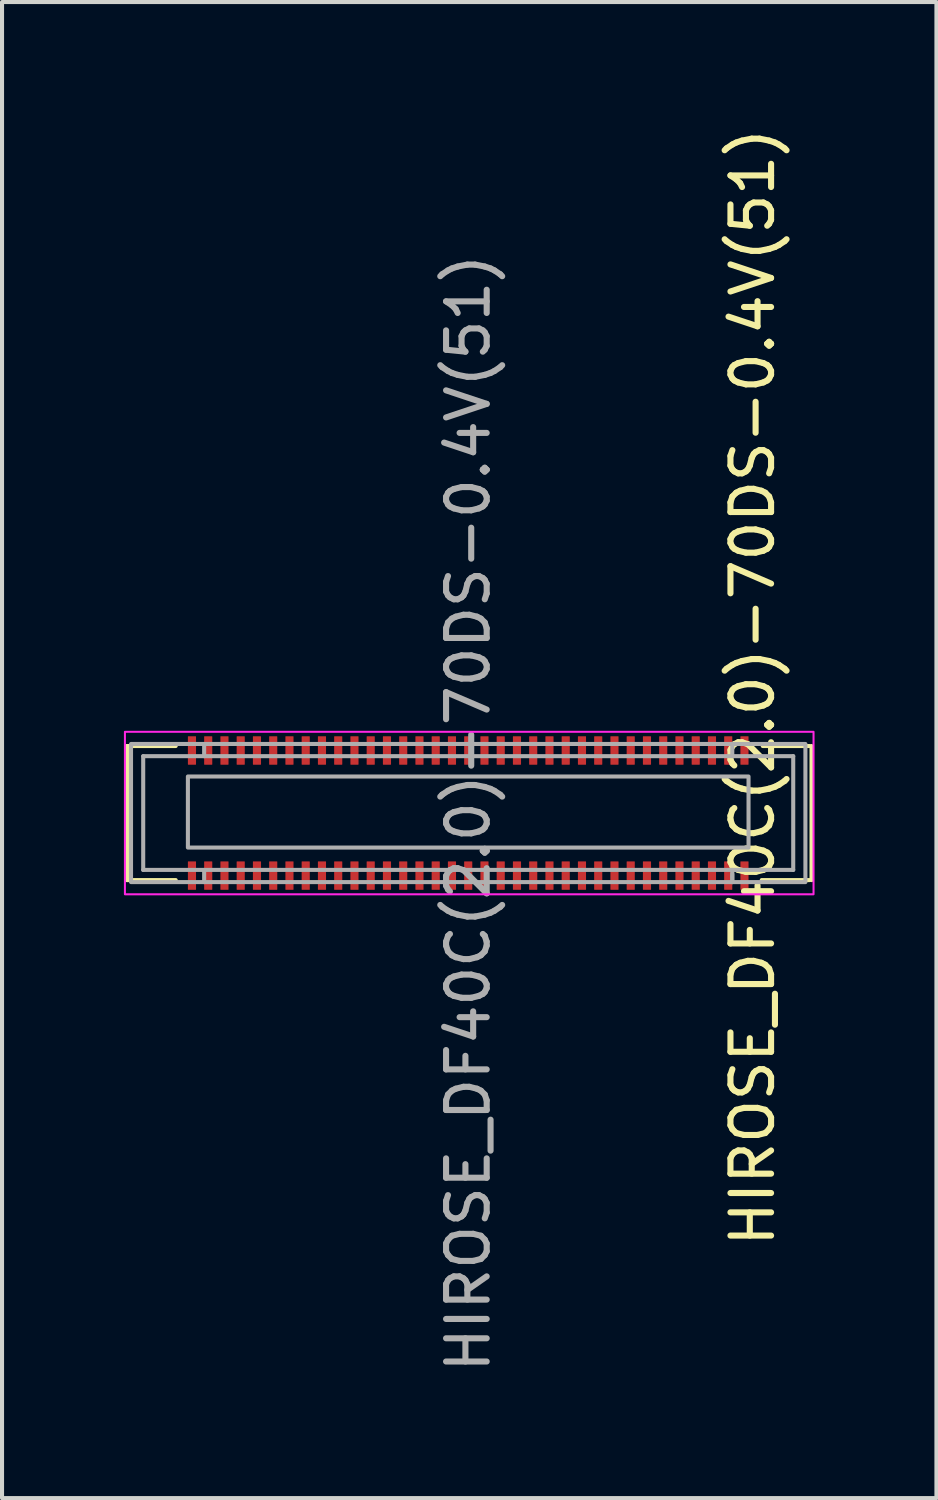
<source format=kicad_pcb>
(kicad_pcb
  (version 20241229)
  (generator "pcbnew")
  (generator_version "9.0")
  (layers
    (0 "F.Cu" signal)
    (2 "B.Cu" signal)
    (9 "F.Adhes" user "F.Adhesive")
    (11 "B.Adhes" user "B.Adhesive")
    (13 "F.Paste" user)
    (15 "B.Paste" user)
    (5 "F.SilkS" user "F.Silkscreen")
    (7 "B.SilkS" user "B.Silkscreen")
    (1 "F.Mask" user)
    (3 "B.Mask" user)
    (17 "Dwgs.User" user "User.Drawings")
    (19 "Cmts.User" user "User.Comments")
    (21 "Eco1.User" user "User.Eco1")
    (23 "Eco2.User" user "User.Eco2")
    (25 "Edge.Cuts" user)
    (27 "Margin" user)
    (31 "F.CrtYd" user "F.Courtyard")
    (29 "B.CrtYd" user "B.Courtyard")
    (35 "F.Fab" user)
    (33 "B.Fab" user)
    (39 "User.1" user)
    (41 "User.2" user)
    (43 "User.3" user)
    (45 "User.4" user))
  (footprint "HIROSE_DF40C(2.0)-70DS-0.4V(51)"
    (layer "F.Cu")
    (at 8.475 16.963)
    (property "Reference" "HIROSE_DF40C(2.0)-70DS-0.4V(51)" (at 7 -3.1 90) (unlocked yes) (layer "F.SilkS") (effects (font (size 1 1) (thickness 0.15))))
    (attr smd)
    (fp_rect (start -6.9 1.19) (end -6.7 1.89) (stroke (width 0) (type solid)) (fill yes) (layer "F.Mask"))
    (fp_rect (start -6.7 -1.19) (end -6.9 -1.89) (stroke (width 0) (type solid)) (fill yes) (layer "F.Mask"))
    (fp_rect (start -6.5 1.19) (end -6.3 1.89) (stroke (width 0) (type solid)) (fill yes) (layer "F.Mask"))
    (fp_rect (start -6.3 -1.19) (end -6.5 -1.89) (stroke (width 0) (type solid)) (fill yes) (layer "F.Mask"))
    (fp_rect (start -6.1 1.19) (end -5.9 1.89) (stroke (width 0) (type solid)) (fill yes) (layer "F.Mask"))
    (fp_rect (start -5.9 -1.19) (end -6.1 -1.89) (stroke (width 0) (type solid)) (fill yes) (layer "F.Mask"))
    (fp_rect (start -5.7 1.19) (end -5.5 1.89) (stroke (width 0) (type solid)) (fill yes) (layer "F.Mask"))
    (fp_rect (start -5.5 -1.19) (end -5.7 -1.89) (stroke (width 0) (type solid)) (fill yes) (layer "F.Mask"))
    (fp_rect (start -5.3 1.19) (end -5.1 1.89) (stroke (width 0) (type solid)) (fill yes) (layer "F.Mask"))
    (fp_rect (start -5.1 -1.19) (end -5.3 -1.89) (stroke (width 0) (type solid)) (fill yes) (layer "F.Mask"))
    (fp_rect (start -4.9 1.19) (end -4.7 1.89) (stroke (width 0) (type solid)) (fill yes) (layer "F.Mask"))
    (fp_rect (start -4.7 -1.19) (end -4.9 -1.89) (stroke (width 0) (type solid)) (fill yes) (layer "F.Mask"))
    (fp_rect (start -4.5 1.19) (end -4.3 1.89) (stroke (width 0) (type solid)) (fill yes) (layer "F.Mask"))
    (fp_rect (start -4.3 -1.19) (end -4.5 -1.89) (stroke (width 0) (type solid)) (fill yes) (layer "F.Mask"))
    (fp_rect (start -4.1 1.19) (end -3.9 1.89) (stroke (width 0) (type solid)) (fill yes) (layer "F.Mask"))
    (fp_rect (start -3.9 -1.19) (end -4.1 -1.89) (stroke (width 0) (type solid)) (fill yes) (layer "F.Mask"))
    (fp_rect (start -3.7 1.19) (end -3.5 1.89) (stroke (width 0) (type solid)) (fill yes) (layer "F.Mask"))
    (fp_rect (start -3.5 -1.19) (end -3.7 -1.89) (stroke (width 0) (type solid)) (fill yes) (layer "F.Mask"))
    (fp_rect (start -3.3 1.19) (end -3.1 1.89) (stroke (width 0) (type solid)) (fill yes) (layer "F.Mask"))
    (fp_rect (start -3.1 -1.19) (end -3.3 -1.89) (stroke (width 0) (type solid)) (fill yes) (layer "F.Mask"))
    (fp_rect (start -2.9 1.19) (end -2.7 1.89) (stroke (width 0) (type solid)) (fill yes) (layer "F.Mask"))
    (fp_rect (start -2.7 -1.19) (end -2.9 -1.89) (stroke (width 0) (type solid)) (fill yes) (layer "F.Mask"))
    (fp_rect (start -2.5 1.19) (end -2.3 1.89) (stroke (width 0) (type solid)) (fill yes) (layer "F.Mask"))
    (fp_rect (start -2.3 -1.19) (end -2.5 -1.89) (stroke (width 0) (type solid)) (fill yes) (layer "F.Mask"))
    (fp_rect (start -2.1 1.19) (end -1.9 1.89) (stroke (width 0) (type solid)) (fill yes) (layer "F.Mask"))
    (fp_rect (start -1.9 -1.19) (end -2.1 -1.89) (stroke (width 0) (type solid)) (fill yes) (layer "F.Mask"))
    (fp_rect (start -1.7 1.19) (end -1.5 1.89) (stroke (width 0) (type solid)) (fill yes) (layer "F.Mask"))
    (fp_rect (start -1.5 -1.19) (end -1.7 -1.89) (stroke (width 0) (type solid)) (fill yes) (layer "F.Mask"))
    (fp_rect (start -1.3 1.19) (end -1.1 1.89) (stroke (width 0) (type solid)) (fill yes) (layer "F.Mask"))
    (fp_rect (start -1.1 -1.19) (end -1.3 -1.89) (stroke (width 0) (type solid)) (fill yes) (layer "F.Mask"))
    (fp_rect (start -0.9 1.19) (end -0.7 1.89) (stroke (width 0) (type solid)) (fill yes) (layer "F.Mask"))
    (fp_rect (start -0.7 -1.19) (end -0.9 -1.89) (stroke (width 0) (type solid)) (fill yes) (layer "F.Mask"))
    (fp_rect (start -0.5 1.19) (end -0.3 1.89) (stroke (width 0) (type solid)) (fill yes) (layer "F.Mask"))
    (fp_rect (start -0.3 -1.19) (end -0.5 -1.89) (stroke (width 0) (type solid)) (fill yes) (layer "F.Mask"))
    (fp_rect (start -0.1 1.19) (end 0.1 1.89) (stroke (width 0) (type solid)) (fill yes) (layer "F.Mask"))
    (fp_rect (start 0.1 -1.19) (end -0.1 -1.89) (stroke (width 0) (type solid)) (fill yes) (layer "F.Mask"))
    (fp_rect (start 0.3 1.19) (end 0.5 1.89) (stroke (width 0) (type solid)) (fill yes) (layer "F.Mask"))
    (fp_rect (start 0.5 -1.19) (end 0.3 -1.89) (stroke (width 0) (type solid)) (fill yes) (layer "F.Mask"))
    (fp_rect (start 0.7 1.19) (end 0.9 1.89) (stroke (width 0) (type solid)) (fill yes) (layer "F.Mask"))
    (fp_rect (start 0.9 -1.19) (end 0.7 -1.89) (stroke (width 0) (type solid)) (fill yes) (layer "F.Mask"))
    (fp_rect (start 1.1 1.19) (end 1.3 1.89) (stroke (width 0) (type solid)) (fill yes) (layer "F.Mask"))
    (fp_rect (start 1.3 -1.19) (end 1.1 -1.89) (stroke (width 0) (type solid)) (fill yes) (layer "F.Mask"))
    (fp_rect (start 1.5 1.19) (end 1.7 1.89) (stroke (width 0) (type solid)) (fill yes) (layer "F.Mask"))
    (fp_rect (start 1.7 -1.19) (end 1.5 -1.89) (stroke (width 0) (type solid)) (fill yes) (layer "F.Mask"))
    (fp_rect (start 1.9 1.19) (end 2.1 1.89) (stroke (width 0) (type solid)) (fill yes) (layer "F.Mask"))
    (fp_rect (start 2.1 -1.19) (end 1.9 -1.89) (stroke (width 0) (type solid)) (fill yes) (layer "F.Mask"))
    (fp_rect (start 2.3 1.19) (end 2.5 1.89) (stroke (width 0) (type solid)) (fill yes) (layer "F.Mask"))
    (fp_rect (start 2.5 -1.19) (end 2.3 -1.89) (stroke (width 0) (type solid)) (fill yes) (layer "F.Mask"))
    (fp_rect (start 2.7 1.19) (end 2.9 1.89) (stroke (width 0) (type solid)) (fill yes) (layer "F.Mask"))
    (fp_rect (start 2.9 -1.19) (end 2.7 -1.89) (stroke (width 0) (type solid)) (fill yes) (layer "F.Mask"))
    (fp_rect (start 3.1 1.19) (end 3.3 1.89) (stroke (width 0) (type solid)) (fill yes) (layer "F.Mask"))
    (fp_rect (start 3.3 -1.19) (end 3.1 -1.89) (stroke (width 0) (type solid)) (fill yes) (layer "F.Mask"))
    (fp_rect (start 3.5 1.19) (end 3.7 1.89) (stroke (width 0) (type solid)) (fill yes) (layer "F.Mask"))
    (fp_rect (start 3.7 -1.19) (end 3.5 -1.89) (stroke (width 0) (type solid)) (fill yes) (layer "F.Mask"))
    (fp_rect (start 3.9 1.19) (end 4.1 1.89) (stroke (width 0) (type solid)) (fill yes) (layer "F.Mask"))
    (fp_rect (start 4.1 -1.19) (end 3.9 -1.89) (stroke (width 0) (type solid)) (fill yes) (layer "F.Mask"))
    (fp_rect (start 4.3 1.19) (end 4.5 1.89) (stroke (width 0) (type solid)) (fill yes) (layer "F.Mask"))
    (fp_rect (start 4.5 -1.19) (end 4.3 -1.89) (stroke (width 0) (type solid)) (fill yes) (layer "F.Mask"))
    (fp_rect (start 4.7 1.19) (end 4.9 1.89) (stroke (width 0) (type solid)) (fill yes) (layer "F.Mask"))
    (fp_rect (start 4.9 -1.19) (end 4.7 -1.89) (stroke (width 0) (type solid)) (fill yes) (layer "F.Mask"))
    (fp_rect (start 5.1 1.19) (end 5.3 1.89) (stroke (width 0) (type solid)) (fill yes) (layer "F.Mask"))
    (fp_rect (start 5.3 -1.19) (end 5.1 -1.89) (stroke (width 0) (type solid)) (fill yes) (layer "F.Mask"))
    (fp_rect (start 5.5 1.19) (end 5.7 1.89) (stroke (width 0) (type solid)) (fill yes) (layer "F.Mask"))
    (fp_rect (start 5.7 -1.19) (end 5.5 -1.89) (stroke (width 0) (type solid)) (fill yes) (layer "F.Mask"))
    (fp_rect (start 5.9 1.19) (end 6.1 1.89) (stroke (width 0) (type solid)) (fill yes) (layer "F.Mask"))
    (fp_rect (start 6.1 -1.19) (end 5.9 -1.89) (stroke (width 0) (type solid)) (fill yes) (layer "F.Mask"))
    (fp_rect (start 6.3 1.19) (end 6.5 1.89) (stroke (width 0) (type solid)) (fill yes) (layer "F.Mask"))
    (fp_rect (start 6.5 -1.19) (end 6.3 -1.89) (stroke (width 0) (type solid)) (fill yes) (layer "F.Mask"))
    (fp_rect (start 6.9 -1.19) (end 6.7 -1.89) (stroke (width 0) (type solid)) (fill yes) (layer "F.Mask"))
    (fp_line (start -8.4 -1.65) (end -7.2 -1.65) (stroke (width 0.1) (type default)) (layer "F.SilkS"))
    (fp_line (start -8.4 1.65) (end -8.4 -1.65) (stroke (width 0.1) (type default)) (layer "F.SilkS"))
    (fp_line (start -7.2 1.65) (end -8.4 1.65) (stroke (width 0.1) (type default)) (layer "F.SilkS"))
    (fp_line (start 7.25 -1.65) (end 8.4 -1.65) (stroke (width 0.1) (type default)) (layer "F.SilkS"))
    (fp_line (start 8.4 1.65) (end 7.225 1.65) (stroke (width 0.1) (type default)) (layer "F.SilkS"))
    (fp_line (start 8.45 -1.65) (end 8.45 1.65) (stroke (width 0.1) (type default)) (layer "F.SilkS"))
    (fp_rect (start 8.5 -2) (end -8.45 2) (stroke (width 0.05) (type solid)) (fill no) (layer "F.CrtYd"))
    (fp_line (start -8 -1.4) (end -8 1.4) (stroke (width 0.1) (type default)) (layer "F.Fab"))
    (fp_line (start -8 1.4) (end 8 1.4) (stroke (width 0.1) (type default)) (layer "F.Fab"))
    (fp_line (start -6.5 -1.7) (end -6.5 -1.4) (stroke (width 0.1) (type default)) (layer "F.Fab"))
    (fp_line (start -6.5 1.7) (end -6.5 1.4) (stroke (width 0.1) (type default)) (layer "F.Fab"))
    (fp_line (start 6.5 -1.4) (end 6.5 -1.7) (stroke (width 0.1) (type default)) (layer "F.Fab"))
    (fp_line (start 6.5 1.5) (end 6.5 1.7) (stroke (width 0.1) (type default)) (layer "F.Fab"))
    (fp_line (start 6.5 1.7) (end 6.5 1.4) (stroke (width 0.1) (type default)) (layer "F.Fab"))
    (fp_line (start 8 -1.4) (end -8 -1.4) (stroke (width 0.1) (type default)) (layer "F.Fab"))
    (fp_line (start 8 -1.4) (end 8 1.4) (stroke (width 0.1) (type default)) (layer "F.Fab"))
    (fp_rect (start -8.3 -1.7) (end 8.3 1.7) (stroke (width 0.1) (type default)) (fill no) (layer "F.Fab"))
    (fp_rect (start -6.9 -0.9) (end 6.9 0.85) (stroke (width 0.1) (type default)) (fill no) (layer "F.Fab"))
    (fp_text user "${REFERENCE}" (at 0 0 90) (unlocked yes) (layer "F.Fab") (effects (font (size 1 1) (thickness 0.15))))
    (pad "1" smd roundrect (at 6.8 1.54 180) (size 0.2 0.7) (layers "F.Cu" "F.Mask" "F.Paste") (roundrect_rratio 0.05))
    (pad "2" smd roundrect (at 6.8 -1.54 180) (size 0.2 0.7) (layers "F.Cu" "F.Mask" "F.Paste") (roundrect_rratio 0.05))
    (pad "3" smd roundrect (at 6.4 1.54 180) (size 0.2 0.7) (layers "F.Cu" "F.Mask" "F.Paste") (roundrect_rratio 0.05))
    (pad "4" smd roundrect (at 6.4 -1.54 180) (size 0.2 0.7) (layers "F.Cu" "F.Mask" "F.Paste") (roundrect_rratio 0.05))
    (pad "5" smd roundrect (at 6 1.54 180) (size 0.2 0.7) (layers "F.Cu" "F.Mask" "F.Paste") (roundrect_rratio 0.05))
    (pad "6" smd roundrect (at 6 -1.54 180) (size 0.2 0.7) (layers "F.Cu" "F.Mask" "F.Paste") (roundrect_rratio 0.05))
    (pad "7" smd roundrect (at 5.6 1.54 180) (size 0.2 0.7) (layers "F.Cu" "F.Mask" "F.Paste") (roundrect_rratio 0.05))
    (pad "8" smd roundrect (at 5.6 -1.54 180) (size 0.2 0.7) (layers "F.Cu" "F.Mask" "F.Paste") (roundrect_rratio 0.05))
    (pad "9" smd roundrect (at 5.2 1.54 180) (size 0.2 0.7) (layers "F.Cu" "F.Mask" "F.Paste") (roundrect_rratio 0.05))
    (pad "10" smd roundrect (at 5.2 -1.54 180) (size 0.2 0.7) (layers "F.Cu" "F.Mask" "F.Paste") (roundrect_rratio 0.05))
    (pad "11" smd roundrect (at 4.8 1.54 180) (size 0.2 0.7) (layers "F.Cu" "F.Mask" "F.Paste") (roundrect_rratio 0.05))
    (pad "12" smd roundrect (at 4.8 -1.54 180) (size 0.2 0.7) (layers "F.Cu" "F.Mask" "F.Paste") (roundrect_rratio 0.05))
    (pad "13" smd roundrect (at 4.4 1.54 180) (size 0.2 0.7) (layers "F.Cu" "F.Mask" "F.Paste") (roundrect_rratio 0.05))
    (pad "14" smd roundrect (at 4.4 -1.54 180) (size 0.2 0.7) (layers "F.Cu" "F.Mask" "F.Paste") (roundrect_rratio 0.05))
    (pad "15" smd roundrect (at 4 1.54 180) (size 0.2 0.7) (layers "F.Cu" "F.Mask" "F.Paste") (roundrect_rratio 0.05))
    (pad "16" smd roundrect (at 4 -1.54 180) (size 0.2 0.7) (layers "F.Cu" "F.Mask" "F.Paste") (roundrect_rratio 0.05))
    (pad "17" smd roundrect (at 3.6 1.54 180) (size 0.2 0.7) (layers "F.Cu" "F.Mask" "F.Paste") (roundrect_rratio 0.05))
    (pad "18" smd roundrect (at 3.6 -1.54 180) (size 0.2 0.7) (layers "F.Cu" "F.Mask" "F.Paste") (roundrect_rratio 0.05))
    (pad "19" smd roundrect (at 3.2 1.54 180) (size 0.2 0.7) (layers "F.Cu" "F.Mask" "F.Paste") (roundrect_rratio 0.05))
    (pad "20" smd roundrect (at 3.2 -1.54 180) (size 0.2 0.7) (layers "F.Cu" "F.Mask" "F.Paste") (roundrect_rratio 0.05))
    (pad "21" smd roundrect (at 2.8 1.54 180) (size 0.2 0.7) (layers "F.Cu" "F.Mask" "F.Paste") (roundrect_rratio 0.05))
    (pad "22" smd roundrect (at 2.8 -1.54 180) (size 0.2 0.7) (layers "F.Cu" "F.Mask" "F.Paste") (roundrect_rratio 0.05))
    (pad "23" smd roundrect (at 2.4 1.54 180) (size 0.2 0.7) (layers "F.Cu" "F.Mask" "F.Paste") (roundrect_rratio 0.05))
    (pad "24" smd roundrect (at 2.4 -1.54 180) (size 0.2 0.7) (layers "F.Cu" "F.Mask" "F.Paste") (roundrect_rratio 0.05))
    (pad "25" smd roundrect (at 2 1.54 180) (size 0.2 0.7) (layers "F.Cu" "F.Mask" "F.Paste") (roundrect_rratio 0.05))
    (pad "26" smd roundrect (at 2 -1.54 180) (size 0.2 0.7) (layers "F.Cu" "F.Mask" "F.Paste") (roundrect_rratio 0.05))
    (pad "27" smd roundrect (at 1.6 1.54 180) (size 0.2 0.7) (layers "F.Cu" "F.Mask" "F.Paste") (roundrect_rratio 0.05))
    (pad "28" smd roundrect (at 1.6 -1.54 180) (size 0.2 0.7) (layers "F.Cu" "F.Mask" "F.Paste") (roundrect_rratio 0.05))
    (pad "29" smd roundrect (at 1.2 1.54 180) (size 0.2 0.7) (layers "F.Cu" "F.Mask" "F.Paste") (roundrect_rratio 0.05))
    (pad "30" smd roundrect (at 1.2 -1.54 180) (size 0.2 0.7) (layers "F.Cu" "F.Mask" "F.Paste") (roundrect_rratio 0.05))
    (pad "31" smd roundrect (at 0.8 1.54 180) (size 0.2 0.7) (layers "F.Cu" "F.Mask" "F.Paste") (roundrect_rratio 0.05))
    (pad "32" smd roundrect (at 0.8 -1.54 180) (size 0.2 0.7) (layers "F.Cu" "F.Mask" "F.Paste") (roundrect_rratio 0.05))
    (pad "33" smd roundrect (at 0.4 1.54 180) (size 0.2 0.7) (layers "F.Cu" "F.Mask" "F.Paste") (roundrect_rratio 0.05))
    (pad "34" smd roundrect (at 0.4 -1.54 180) (size 0.2 0.7) (layers "F.Cu" "F.Mask" "F.Paste") (roundrect_rratio 0.05))
    (pad "35" smd roundrect (at 0 1.54 180) (size 0.2 0.7) (layers "F.Cu" "F.Mask" "F.Paste") (roundrect_rratio 0.05))
    (pad "36" smd roundrect (at 0 -1.54 180) (size 0.2 0.7) (layers "F.Cu" "F.Mask" "F.Paste") (roundrect_rratio 0.05))
    (pad "37" smd roundrect (at -0.4 1.54 180) (size 0.2 0.7) (layers "F.Cu" "F.Mask" "F.Paste") (roundrect_rratio 0.05))
    (pad "38" smd roundrect (at -0.4 -1.54 180) (size 0.2 0.7) (layers "F.Cu" "F.Mask" "F.Paste") (roundrect_rratio 0.05))
    (pad "39" smd roundrect (at -0.8 1.54 180) (size 0.2 0.7) (layers "F.Cu" "F.Mask" "F.Paste") (roundrect_rratio 0.05))
    (pad "40" smd roundrect (at -0.8 -1.54 180) (size 0.2 0.7) (layers "F.Cu" "F.Mask" "F.Paste") (roundrect_rratio 0.05))
    (pad "41" smd roundrect (at -1.2 1.54 180) (size 0.2 0.7) (layers "F.Cu" "F.Mask" "F.Paste") (roundrect_rratio 0.05))
    (pad "42" smd roundrect (at -1.2 -1.54 180) (size 0.2 0.7) (layers "F.Cu" "F.Mask" "F.Paste") (roundrect_rratio 0.05))
    (pad "43" smd roundrect (at -1.6 1.54 180) (size 0.2 0.7) (layers "F.Cu" "F.Mask" "F.Paste") (roundrect_rratio 0.05))
    (pad "44" smd roundrect (at -1.6 -1.54 180) (size 0.2 0.7) (layers "F.Cu" "F.Mask" "F.Paste") (roundrect_rratio 0.05))
    (pad "45" smd roundrect (at -2 1.54 180) (size 0.2 0.7) (layers "F.Cu" "F.Mask" "F.Paste") (roundrect_rratio 0.05))
    (pad "46" smd roundrect (at -2 -1.54 180) (size 0.2 0.7) (layers "F.Cu" "F.Mask" "F.Paste") (roundrect_rratio 0.05))
    (pad "47" smd roundrect (at -2.4 1.54 180) (size 0.2 0.7) (layers "F.Cu" "F.Mask" "F.Paste") (roundrect_rratio 0.05))
    (pad "48" smd roundrect (at -2.4 -1.54 180) (size 0.2 0.7) (layers "F.Cu" "F.Mask" "F.Paste") (roundrect_rratio 0.05))
    (pad "49" smd roundrect (at -2.8 1.54 180) (size 0.2 0.7) (layers "F.Cu" "F.Mask" "F.Paste") (roundrect_rratio 0.05))
    (pad "50" smd roundrect (at -2.8 -1.54 180) (size 0.2 0.7) (layers "F.Cu" "F.Mask" "F.Paste") (roundrect_rratio 0.05))
    (pad "51" smd roundrect (at -3.2 1.54 180) (size 0.2 0.7) (layers "F.Cu" "F.Mask" "F.Paste") (roundrect_rratio 0.05))
    (pad "52" smd roundrect (at -3.2 -1.54 180) (size 0.2 0.7) (layers "F.Cu" "F.Mask" "F.Paste") (roundrect_rratio 0.05))
    (pad "53" smd roundrect (at -3.6 1.54 180) (size 0.2 0.7) (layers "F.Cu" "F.Mask" "F.Paste") (roundrect_rratio 0.05))
    (pad "54" smd roundrect (at -3.6 -1.54 180) (size 0.2 0.7) (layers "F.Cu" "F.Mask" "F.Paste") (roundrect_rratio 0.05))
    (pad "55" smd roundrect (at -4 1.54 180) (size 0.2 0.7) (layers "F.Cu" "F.Mask" "F.Paste") (roundrect_rratio 0.05))
    (pad "56" smd roundrect (at -4 -1.54 180) (size 0.2 0.7) (layers "F.Cu" "F.Mask" "F.Paste") (roundrect_rratio 0.05))
    (pad "57" smd roundrect (at -4.4 1.54 180) (size 0.2 0.7) (layers "F.Cu" "F.Mask" "F.Paste") (roundrect_rratio 0.05))
    (pad "58" smd roundrect (at -4.4 -1.54 180) (size 0.2 0.7) (layers "F.Cu" "F.Mask" "F.Paste") (roundrect_rratio 0.05))
    (pad "59" smd roundrect (at -4.8 1.54 180) (size 0.2 0.7) (layers "F.Cu" "F.Mask" "F.Paste") (roundrect_rratio 0.05))
    (pad "60" smd roundrect (at -4.8 -1.54 180) (size 0.2 0.7) (layers "F.Cu" "F.Mask" "F.Paste") (roundrect_rratio 0.05))
    (pad "61" smd roundrect (at -5.2 1.54 180) (size 0.2 0.7) (layers "F.Cu" "F.Mask" "F.Paste") (roundrect_rratio 0.05))
    (pad "62" smd roundrect (at -5.2 -1.54 180) (size 0.2 0.7) (layers "F.Cu" "F.Mask" "F.Paste") (roundrect_rratio 0.05))
    (pad "63" smd roundrect (at -5.6 1.54 180) (size 0.2 0.7) (layers "F.Cu" "F.Mask" "F.Paste") (roundrect_rratio 0.05))
    (pad "64" smd roundrect (at -5.6 -1.54 180) (size 0.2 0.7) (layers "F.Cu" "F.Mask" "F.Paste") (roundrect_rratio 0.05))
    (pad "65" smd roundrect (at -6 1.54 180) (size 0.2 0.7) (layers "F.Cu" "F.Mask" "F.Paste") (roundrect_rratio 0.05))
    (pad "66" smd roundrect (at -6 -1.54 180) (size 0.2 0.7) (layers "F.Cu" "F.Mask" "F.Paste") (roundrect_rratio 0.05))
    (pad "67" smd roundrect (at -6.4 1.54 180) (size 0.2 0.7) (layers "F.Cu" "F.Mask" "F.Paste") (roundrect_rratio 0.05))
    (pad "68" smd roundrect (at -6.4 -1.54 180) (size 0.2 0.7) (layers "F.Cu" "F.Mask" "F.Paste") (roundrect_rratio 0.05))
    (pad "69" smd roundrect (at -6.8 1.54 180) (size 0.2 0.7) (layers "F.Cu" "F.Mask" "F.Paste") (roundrect_rratio 0.05))
    (pad "70" smd roundrect (at -6.8 -1.54 180) (size 0.2 0.7) (layers "F.Cu" "F.Mask" "F.Paste") (roundrect_rratio 0.05))
    (zone (net_name "") (layer "F.Cu") (hatch edge 0.508) (connect_pads) (min_thickness 0.254) (filled_areas_thickness no) (keepout (tracks not_allowed) (vias not_allowed) (pads not_allowed) (copperpour allowed) (footprints allowed)) (placement (enabled no)) (fill) (polygon (pts (xy 1.575 15.773) (xy 1.775 15.773) (xy 1.775 16.213) (xy 1.575 16.213))))
    (zone (net_name "") (layer "F.Cu") (hatch edge 0.508) (connect_pads) (min_thickness 0.254) (filled_areas_thickness no) (keepout (tracks not_allowed) (vias not_allowed) (pads not_allowed) (copperpour allowed) (footprints allowed)) (placement (enabled no)) (fill) (polygon (pts (xy 1.775 18.153) (xy 1.575 18.153) (xy 1.575 17.713) (xy 1.775 17.713))))
    (zone (net_name "") (layer "F.Cu") (hatch edge 0.508) (connect_pads) (min_thickness 0.254) (filled_areas_thickness no) (keepout (tracks not_allowed) (vias not_allowed) (pads not_allowed) (copperpour allowed) (footprints allowed)) (placement (enabled no)) (fill) (polygon (pts (xy 1.975 15.773) (xy 2.175 15.773) (xy 2.175 16.213) (xy 1.975 16.213))))
    (zone (net_name "") (layer "F.Cu") (hatch edge 0.508) (connect_pads) (min_thickness 0.254) (filled_areas_thickness no) (keepout (tracks not_allowed) (vias not_allowed) (pads not_allowed) (copperpour allowed) (footprints allowed)) (placement (enabled no)) (fill) (polygon (pts (xy 2.175 18.153) (xy 1.975 18.153) (xy 1.975 17.713) (xy 2.175 17.713))))
    (zone (net_name "") (layer "F.Cu") (hatch edge 0.508) (connect_pads) (min_thickness 0.254) (filled_areas_thickness no) (keepout (tracks not_allowed) (vias not_allowed) (pads not_allowed) (copperpour allowed) (footprints allowed)) (placement (enabled no)) (fill) (polygon (pts (xy 2.375 15.773) (xy 2.575 15.773) (xy 2.575 16.213) (xy 2.375 16.213))))
    (zone (net_name "") (layer "F.Cu") (hatch edge 0.508) (connect_pads) (min_thickness 0.254) (filled_areas_thickness no) (keepout (tracks not_allowed) (vias not_allowed) (pads not_allowed) (copperpour allowed) (footprints allowed)) (placement (enabled no)) (fill) (polygon (pts (xy 2.575 18.153) (xy 2.375 18.153) (xy 2.375 17.713) (xy 2.575 17.713))))
    (zone (net_name "") (layer "F.Cu") (hatch edge 0.508) (connect_pads) (min_thickness 0.254) (filled_areas_thickness no) (keepout (tracks not_allowed) (vias not_allowed) (pads not_allowed) (copperpour allowed) (footprints allowed)) (placement (enabled no)) (fill) (polygon (pts (xy 2.775 15.773) (xy 2.975 15.773) (xy 2.975 16.213) (xy 2.775 16.213))))
    (zone (net_name "") (layer "F.Cu") (hatch edge 0.508) (connect_pads) (min_thickness 0.254) (filled_areas_thickness no) (keepout (tracks not_allowed) (vias not_allowed) (pads not_allowed) (copperpour allowed) (footprints allowed)) (placement (enabled no)) (fill) (polygon (pts (xy 2.975 18.153) (xy 2.775 18.153) (xy 2.775 17.713) (xy 2.975 17.713))))
    (zone (net_name "") (layer "F.Cu") (hatch edge 0.508) (connect_pads) (min_thickness 0.254) (filled_areas_thickness no) (keepout (tracks not_allowed) (vias not_allowed) (pads not_allowed) (copperpour allowed) (footprints allowed)) (placement (enabled no)) (fill) (polygon (pts (xy 3.175 15.773) (xy 3.375 15.773) (xy 3.375 16.213) (xy 3.175 16.213))))
    (zone (net_name "") (layer "F.Cu") (hatch edge 0.508) (connect_pads) (min_thickness 0.254) (filled_areas_thickness no) (keepout (tracks not_allowed) (vias not_allowed) (pads not_allowed) (copperpour allowed) (footprints allowed)) (placement (enabled no)) (fill) (polygon (pts (xy 3.375 18.153) (xy 3.175 18.153) (xy 3.175 17.713) (xy 3.375 17.713))))
    (zone (net_name "") (layer "F.Cu") (hatch edge 0.508) (connect_pads) (min_thickness 0.254) (filled_areas_thickness no) (keepout (tracks not_allowed) (vias not_allowed) (pads not_allowed) (copperpour allowed) (footprints allowed)) (placement (enabled no)) (fill) (polygon (pts (xy 3.575 15.773) (xy 3.775 15.773) (xy 3.775 16.213) (xy 3.575 16.213))))
    (zone (net_name "") (layer "F.Cu") (hatch edge 0.508) (connect_pads) (min_thickness 0.254) (filled_areas_thickness no) (keepout (tracks not_allowed) (vias not_allowed) (pads not_allowed) (copperpour allowed) (footprints allowed)) (placement (enabled no)) (fill) (polygon (pts (xy 3.775 18.153) (xy 3.575 18.153) (xy 3.575 17.713) (xy 3.775 17.713))))
    (zone (net_name "") (layer "F.Cu") (hatch edge 0.508) (connect_pads) (min_thickness 0.254) (filled_areas_thickness no) (keepout (tracks not_allowed) (vias not_allowed) (pads not_allowed) (copperpour allowed) (footprints allowed)) (placement (enabled no)) (fill) (polygon (pts (xy 3.975 15.773) (xy 4.175 15.773) (xy 4.175 16.213) (xy 3.975 16.213))))
    (zone (net_name "") (layer "F.Cu") (hatch edge 0.508) (connect_pads) (min_thickness 0.254) (filled_areas_thickness no) (keepout (tracks not_allowed) (vias not_allowed) (pads not_allowed) (copperpour allowed) (footprints allowed)) (placement (enabled no)) (fill) (polygon (pts (xy 4.175 18.153) (xy 3.975 18.153) (xy 3.975 17.713) (xy 4.175 17.713))))
    (zone (net_name "") (layer "F.Cu") (hatch edge 0.508) (connect_pads) (min_thickness 0.254) (filled_areas_thickness no) (keepout (tracks not_allowed) (vias not_allowed) (pads not_allowed) (copperpour allowed) (footprints allowed)) (placement (enabled no)) (fill) (polygon (pts (xy 4.375 15.773) (xy 4.575 15.773) (xy 4.575 16.213) (xy 4.375 16.213))))
    (zone (net_name "") (layer "F.Cu") (hatch edge 0.508) (connect_pads) (min_thickness 0.254) (filled_areas_thickness no) (keepout (tracks not_allowed) (vias not_allowed) (pads not_allowed) (copperpour allowed) (footprints allowed)) (placement (enabled no)) (fill) (polygon (pts (xy 4.575 18.153) (xy 4.375 18.153) (xy 4.375 17.713) (xy 4.575 17.713))))
    (zone (net_name "") (layer "F.Cu") (hatch edge 0.508) (connect_pads) (min_thickness 0.254) (filled_areas_thickness no) (keepout (tracks not_allowed) (vias not_allowed) (pads not_allowed) (copperpour allowed) (footprints allowed)) (placement (enabled no)) (fill) (polygon (pts (xy 4.775 15.773) (xy 4.975 15.773) (xy 4.975 16.213) (xy 4.775 16.213))))
    (zone (net_name "") (layer "F.Cu") (hatch edge 0.508) (connect_pads) (min_thickness 0.254) (filled_areas_thickness no) (keepout (tracks not_allowed) (vias not_allowed) (pads not_allowed) (copperpour allowed) (footprints allowed)) (placement (enabled no)) (fill) (polygon (pts (xy 4.975 18.153) (xy 4.775 18.153) (xy 4.775 17.713) (xy 4.975 17.713))))
    (zone (net_name "") (layer "F.Cu") (hatch edge 0.508) (connect_pads) (min_thickness 0.254) (filled_areas_thickness no) (keepout (tracks not_allowed) (vias not_allowed) (pads not_allowed) (copperpour allowed) (footprints allowed)) (placement (enabled no)) (fill) (polygon (pts (xy 5.175 15.773) (xy 5.375 15.773) (xy 5.375 16.213) (xy 5.175 16.213))))
    (zone (net_name "") (layer "F.Cu") (hatch edge 0.508) (connect_pads) (min_thickness 0.254) (filled_areas_thickness no) (keepout (tracks not_allowed) (vias not_allowed) (pads not_allowed) (copperpour allowed) (footprints allowed)) (placement (enabled no)) (fill) (polygon (pts (xy 5.375 18.153) (xy 5.175 18.153) (xy 5.175 17.713) (xy 5.375 17.713))))
    (zone (net_name "") (layer "F.Cu") (hatch edge 0.508) (connect_pads) (min_thickness 0.254) (filled_areas_thickness no) (keepout (tracks not_allowed) (vias not_allowed) (pads not_allowed) (copperpour allowed) (footprints allowed)) (placement (enabled no)) (fill) (polygon (pts (xy 5.575 15.773) (xy 5.775 15.773) (xy 5.775 16.213) (xy 5.575 16.213))))
    (zone (net_name "") (layer "F.Cu") (hatch edge 0.508) (connect_pads) (min_thickness 0.254) (filled_areas_thickness no) (keepout (tracks not_allowed) (vias not_allowed) (pads not_allowed) (copperpour allowed) (footprints allowed)) (placement (enabled no)) (fill) (polygon (pts (xy 5.775 18.153) (xy 5.575 18.153) (xy 5.575 17.713) (xy 5.775 17.713))))
    (zone (net_name "") (layer "F.Cu") (hatch edge 0.508) (connect_pads) (min_thickness 0.254) (filled_areas_thickness no) (keepout (tracks not_allowed) (vias not_allowed) (pads not_allowed) (copperpour allowed) (footprints allowed)) (placement (enabled no)) (fill) (polygon (pts (xy 5.975 15.773) (xy 6.175 15.773) (xy 6.175 16.213) (xy 5.975 16.213))))
    (zone (net_name "") (layer "F.Cu") (hatch edge 0.508) (connect_pads) (min_thickness 0.254) (filled_areas_thickness no) (keepout (tracks not_allowed) (vias not_allowed) (pads not_allowed) (copperpour allowed) (footprints allowed)) (placement (enabled no)) (fill) (polygon (pts (xy 6.175 18.153) (xy 5.975 18.153) (xy 5.975 17.713) (xy 6.175 17.713))))
    (zone (net_name "") (layer "F.Cu") (hatch edge 0.508) (connect_pads) (min_thickness 0.254) (filled_areas_thickness no) (keepout (tracks not_allowed) (vias not_allowed) (pads not_allowed) (copperpour allowed) (footprints allowed)) (placement (enabled no)) (fill) (polygon (pts (xy 6.375 15.773) (xy 6.575 15.773) (xy 6.575 16.213) (xy 6.375 16.213))))
    (zone (net_name "") (layer "F.Cu") (hatch edge 0.508) (connect_pads) (min_thickness 0.254) (filled_areas_thickness no) (keepout (tracks not_allowed) (vias not_allowed) (pads not_allowed) (copperpour allowed) (footprints allowed)) (placement (enabled no)) (fill) (polygon (pts (xy 6.575 18.153) (xy 6.375 18.153) (xy 6.375 17.713) (xy 6.575 17.713))))
    (zone (net_name "") (layer "F.Cu") (hatch edge 0.508) (connect_pads) (min_thickness 0.254) (filled_areas_thickness no) (keepout (tracks not_allowed) (vias not_allowed) (pads not_allowed) (copperpour allowed) (footprints allowed)) (placement (enabled no)) (fill) (polygon (pts (xy 6.775 15.773) (xy 6.975 15.773) (xy 6.975 16.213) (xy 6.775 16.213))))
    (zone (net_name "") (layer "F.Cu") (hatch edge 0.508) (connect_pads) (min_thickness 0.254) (filled_areas_thickness no) (keepout (tracks not_allowed) (vias not_allowed) (pads not_allowed) (copperpour allowed) (footprints allowed)) (placement (enabled no)) (fill) (polygon (pts (xy 6.975 18.153) (xy 6.775 18.153) (xy 6.775 17.713) (xy 6.975 17.713))))
    (zone (net_name "") (layer "F.Cu") (hatch edge 0.508) (connect_pads) (min_thickness 0.254) (filled_areas_thickness no) (keepout (tracks not_allowed) (vias not_allowed) (pads not_allowed) (copperpour allowed) (footprints allowed)) (placement (enabled no)) (fill) (polygon (pts (xy 7.175 15.773) (xy 7.375 15.773) (xy 7.375 16.213) (xy 7.175 16.213))))
    (zone (net_name "") (layer "F.Cu") (hatch edge 0.508) (connect_pads) (min_thickness 0.254) (filled_areas_thickness no) (keepout (tracks not_allowed) (vias not_allowed) (pads not_allowed) (copperpour allowed) (footprints allowed)) (placement (enabled no)) (fill) (polygon (pts (xy 7.375 18.153) (xy 7.175 18.153) (xy 7.175 17.713) (xy 7.375 17.713))))
    (zone (net_name "") (layer "F.Cu") (hatch edge 0.508) (connect_pads) (min_thickness 0.254) (filled_areas_thickness no) (keepout (tracks not_allowed) (vias not_allowed) (pads not_allowed) (copperpour allowed) (footprints allowed)) (placement (enabled no)) (fill) (polygon (pts (xy 7.575 15.773) (xy 7.775 15.773) (xy 7.775 16.213) (xy 7.575 16.213))))
    (zone (net_name "") (layer "F.Cu") (hatch edge 0.508) (connect_pads) (min_thickness 0.254) (filled_areas_thickness no) (keepout (tracks not_allowed) (vias not_allowed) (pads not_allowed) (copperpour allowed) (footprints allowed)) (placement (enabled no)) (fill) (polygon (pts (xy 7.775 18.153) (xy 7.575 18.153) (xy 7.575 17.713) (xy 7.775 17.713))))
    (zone (net_name "") (layer "F.Cu") (hatch edge 0.508) (connect_pads) (min_thickness 0.254) (filled_areas_thickness no) (keepout (tracks not_allowed) (vias not_allowed) (pads not_allowed) (copperpour allowed) (footprints allowed)) (placement (enabled no)) (fill) (polygon (pts (xy 7.975 15.773) (xy 8.175 15.773) (xy 8.175 16.213) (xy 7.975 16.213))))
    (zone (net_name "") (layer "F.Cu") (hatch edge 0.508) (connect_pads) (min_thickness 0.254) (filled_areas_thickness no) (keepout (tracks not_allowed) (vias not_allowed) (pads not_allowed) (copperpour allowed) (footprints allowed)) (placement (enabled no)) (fill) (polygon (pts (xy 8.175 18.153) (xy 7.975 18.153) (xy 7.975 17.713) (xy 8.175 17.713))))
    (zone (net_name "") (layer "F.Cu") (hatch edge 0.508) (connect_pads) (min_thickness 0.254) (filled_areas_thickness no) (keepout (tracks not_allowed) (vias not_allowed) (pads not_allowed) (copperpour allowed) (footprints allowed)) (placement (enabled no)) (fill) (polygon (pts (xy 8.375 15.773) (xy 8.575 15.773) (xy 8.575 16.213) (xy 8.375 16.213))))
    (zone (net_name "") (layer "F.Cu") (hatch edge 0.508) (connect_pads) (min_thickness 0.254) (filled_areas_thickness no) (keepout (tracks not_allowed) (vias not_allowed) (pads not_allowed) (copperpour allowed) (footprints allowed)) (placement (enabled no)) (fill) (polygon (pts (xy 8.575 18.153) (xy 8.375 18.153) (xy 8.375 17.713) (xy 8.575 17.713))))
    (zone (net_name "") (layer "F.Cu") (hatch edge 0.508) (connect_pads) (min_thickness 0.254) (filled_areas_thickness no) (keepout (tracks not_allowed) (vias not_allowed) (pads not_allowed) (copperpour allowed) (footprints allowed)) (placement (enabled no)) (fill) (polygon (pts (xy 8.775 15.773) (xy 8.975 15.773) (xy 8.975 16.213) (xy 8.775 16.213))))
    (zone (net_name "") (layer "F.Cu") (hatch edge 0.508) (connect_pads) (min_thickness 0.254) (filled_areas_thickness no) (keepout (tracks not_allowed) (vias not_allowed) (pads not_allowed) (copperpour allowed) (footprints allowed)) (placement (enabled no)) (fill) (polygon (pts (xy 8.975 18.153) (xy 8.775 18.153) (xy 8.775 17.713) (xy 8.975 17.713))))
    (zone (net_name "") (layer "F.Cu") (hatch edge 0.508) (connect_pads) (min_thickness 0.254) (filled_areas_thickness no) (keepout (tracks not_allowed) (vias not_allowed) (pads not_allowed) (copperpour allowed) (footprints allowed)) (placement (enabled no)) (fill) (polygon (pts (xy 9.175 15.773) (xy 9.375 15.773) (xy 9.375 16.213) (xy 9.175 16.213))))
    (zone (net_name "") (layer "F.Cu") (hatch edge 0.508) (connect_pads) (min_thickness 0.254) (filled_areas_thickness no) (keepout (tracks not_allowed) (vias not_allowed) (pads not_allowed) (copperpour allowed) (footprints allowed)) (placement (enabled no)) (fill) (polygon (pts (xy 9.375 18.153) (xy 9.175 18.153) (xy 9.175 17.713) (xy 9.375 17.713))))
    (zone (net_name "") (layer "F.Cu") (hatch edge 0.508) (connect_pads) (min_thickness 0.254) (filled_areas_thickness no) (keepout (tracks not_allowed) (vias not_allowed) (pads not_allowed) (copperpour allowed) (footprints allowed)) (placement (enabled no)) (fill) (polygon (pts (xy 9.575 15.773) (xy 9.775 15.773) (xy 9.775 16.213) (xy 9.575 16.213))))
    (zone (net_name "") (layer "F.Cu") (hatch edge 0.508) (connect_pads) (min_thickness 0.254) (filled_areas_thickness no) (keepout (tracks not_allowed) (vias not_allowed) (pads not_allowed) (copperpour allowed) (footprints allowed)) (placement (enabled no)) (fill) (polygon (pts (xy 9.775 18.153) (xy 9.575 18.153) (xy 9.575 17.713) (xy 9.775 17.713))))
    (zone (net_name "") (layer "F.Cu") (hatch edge 0.508) (connect_pads) (min_thickness 0.254) (filled_areas_thickness no) (keepout (tracks not_allowed) (vias not_allowed) (pads not_allowed) (copperpour allowed) (footprints allowed)) (placement (enabled no)) (fill) (polygon (pts (xy 9.975 15.773) (xy 10.175 15.773) (xy 10.175 16.213) (xy 9.975 16.213))))
    (zone (net_name "") (layer "F.Cu") (hatch edge 0.508) (connect_pads) (min_thickness 0.254) (filled_areas_thickness no) (keepout (tracks not_allowed) (vias not_allowed) (pads not_allowed) (copperpour allowed) (footprints allowed)) (placement (enabled no)) (fill) (polygon (pts (xy 10.175 18.153) (xy 9.975 18.153) (xy 9.975 17.713) (xy 10.175 17.713))))
    (zone (net_name "") (layer "F.Cu") (hatch edge 0.508) (connect_pads) (min_thickness 0.254) (filled_areas_thickness no) (keepout (tracks not_allowed) (vias not_allowed) (pads not_allowed) (copperpour allowed) (footprints allowed)) (placement (enabled no)) (fill) (polygon (pts (xy 10.375 15.773) (xy 10.575 15.773) (xy 10.575 16.213) (xy 10.375 16.213))))
    (zone (net_name "") (layer "F.Cu") (hatch edge 0.508) (connect_pads) (min_thickness 0.254) (filled_areas_thickness no) (keepout (tracks not_allowed) (vias not_allowed) (pads not_allowed) (copperpour allowed) (footprints allowed)) (placement (enabled no)) (fill) (polygon (pts (xy 10.575 18.153) (xy 10.375 18.153) (xy 10.375 17.713) (xy 10.575 17.713))))
    (zone (net_name "") (layer "F.Cu") (hatch edge 0.508) (connect_pads) (min_thickness 0.254) (filled_areas_thickness no) (keepout (tracks not_allowed) (vias not_allowed) (pads not_allowed) (copperpour allowed) (footprints allowed)) (placement (enabled no)) (fill) (polygon (pts (xy 10.775 15.773) (xy 10.975 15.773) (xy 10.975 16.213) (xy 10.775 16.213))))
    (zone (net_name "") (layer "F.Cu") (hatch edge 0.508) (connect_pads) (min_thickness 0.254) (filled_areas_thickness no) (keepout (tracks not_allowed) (vias not_allowed) (pads not_allowed) (copperpour allowed) (footprints allowed)) (placement (enabled no)) (fill) (polygon (pts (xy 10.975 18.153) (xy 10.775 18.153) (xy 10.775 17.713) (xy 10.975 17.713))))
    (zone (net_name "") (layer "F.Cu") (hatch edge 0.508) (connect_pads) (min_thickness 0.254) (filled_areas_thickness no) (keepout (tracks not_allowed) (vias not_allowed) (pads not_allowed) (copperpour allowed) (footprints allowed)) (placement (enabled no)) (fill) (polygon (pts (xy 11.175 15.773) (xy 11.375 15.773) (xy 11.375 16.213) (xy 11.175 16.213))))
    (zone (net_name "") (layer "F.Cu") (hatch edge 0.508) (connect_pads) (min_thickness 0.254) (filled_areas_thickness no) (keepout (tracks not_allowed) (vias not_allowed) (pads not_allowed) (copperpour allowed) (footprints allowed)) (placement (enabled no)) (fill) (polygon (pts (xy 11.375 18.153) (xy 11.175 18.153) (xy 11.175 17.713) (xy 11.375 17.713))))
    (zone (net_name "") (layer "F.Cu") (hatch edge 0.508) (connect_pads) (min_thickness 0.254) (filled_areas_thickness no) (keepout (tracks not_allowed) (vias not_allowed) (pads not_allowed) (copperpour allowed) (footprints allowed)) (placement (enabled no)) (fill) (polygon (pts (xy 11.575 15.773) (xy 11.775 15.773) (xy 11.775 16.213) (xy 11.575 16.213))))
    (zone (net_name "") (layer "F.Cu") (hatch edge 0.508) (connect_pads) (min_thickness 0.254) (filled_areas_thickness no) (keepout (tracks not_allowed) (vias not_allowed) (pads not_allowed) (copperpour allowed) (footprints allowed)) (placement (enabled no)) (fill) (polygon (pts (xy 11.775 18.153) (xy 11.575 18.153) (xy 11.575 17.713) (xy 11.775 17.713))))
    (zone (net_name "") (layer "F.Cu") (hatch edge 0.508) (connect_pads) (min_thickness 0.254) (filled_areas_thickness no) (keepout (tracks not_allowed) (vias not_allowed) (pads not_allowed) (copperpour allowed) (footprints allowed)) (placement (enabled no)) (fill) (polygon (pts (xy 11.975 15.773) (xy 12.175 15.773) (xy 12.175 16.213) (xy 11.975 16.213))))
    (zone (net_name "") (layer "F.Cu") (hatch edge 0.508) (connect_pads) (min_thickness 0.254) (filled_areas_thickness no) (keepout (tracks not_allowed) (vias not_allowed) (pads not_allowed) (copperpour allowed) (footprints allowed)) (placement (enabled no)) (fill) (polygon (pts (xy 12.175 18.153) (xy 11.975 18.153) (xy 11.975 17.713) (xy 12.175 17.713))))
    (zone (net_name "") (layer "F.Cu") (hatch edge 0.508) (connect_pads) (min_thickness 0.254) (filled_areas_thickness no) (keepout (tracks not_allowed) (vias not_allowed) (pads not_allowed) (copperpour allowed) (footprints allowed)) (placement (enabled no)) (fill) (polygon (pts (xy 12.375 15.773) (xy 12.575 15.773) (xy 12.575 16.213) (xy 12.375 16.213))))
    (zone (net_name "") (layer "F.Cu") (hatch edge 0.508) (connect_pads) (min_thickness 0.254) (filled_areas_thickness no) (keepout (tracks not_allowed) (vias not_allowed) (pads not_allowed) (copperpour allowed) (footprints allowed)) (placement (enabled no)) (fill) (polygon (pts (xy 12.575 18.153) (xy 12.375 18.153) (xy 12.375 17.713) (xy 12.575 17.713))))
    (zone (net_name "") (layer "F.Cu") (hatch edge 0.508) (connect_pads) (min_thickness 0.254) (filled_areas_thickness no) (keepout (tracks not_allowed) (vias not_allowed) (pads not_allowed) (copperpour allowed) (footprints allowed)) (placement (enabled no)) (fill) (polygon (pts (xy 12.775 15.773) (xy 12.975 15.773) (xy 12.975 16.213) (xy 12.775 16.213))))
    (zone (net_name "") (layer "F.Cu") (hatch edge 0.508) (connect_pads) (min_thickness 0.254) (filled_areas_thickness no) (keepout (tracks not_allowed) (vias not_allowed) (pads not_allowed) (copperpour allowed) (footprints allowed)) (placement (enabled no)) (fill) (polygon (pts (xy 12.975 18.153) (xy 12.775 18.153) (xy 12.775 17.713) (xy 12.975 17.713))))
    (zone (net_name "") (layer "F.Cu") (hatch edge 0.508) (connect_pads) (min_thickness 0.254) (filled_areas_thickness no) (keepout (tracks not_allowed) (vias not_allowed) (pads not_allowed) (copperpour allowed) (footprints allowed)) (placement (enabled no)) (fill) (polygon (pts (xy 13.175 15.773) (xy 13.375 15.773) (xy 13.375 16.213) (xy 13.175 16.213))))
    (zone (net_name "") (layer "F.Cu") (hatch edge 0.508) (connect_pads) (min_thickness 0.254) (filled_areas_thickness no) (keepout (tracks not_allowed) (vias not_allowed) (pads not_allowed) (copperpour allowed) (footprints allowed)) (placement (enabled no)) (fill) (polygon (pts (xy 13.375 18.153) (xy 13.175 18.153) (xy 13.175 17.713) (xy 13.375 17.713))))
    (zone (net_name "") (layer "F.Cu") (hatch edge 0.508) (connect_pads) (min_thickness 0.254) (filled_areas_thickness no) (keepout (tracks not_allowed) (vias not_allowed) (pads not_allowed) (copperpour allowed) (footprints allowed)) (placement (enabled no)) (fill) (polygon (pts (xy 13.575 15.773) (xy 13.775 15.773) (xy 13.775 16.213) (xy 13.575 16.213))))
    (zone (net_name "") (layer "F.Cu") (hatch edge 0.508) (connect_pads) (min_thickness 0.254) (filled_areas_thickness no) (keepout (tracks not_allowed) (vias not_allowed) (pads not_allowed) (copperpour allowed) (footprints allowed)) (placement (enabled no)) (fill) (polygon (pts (xy 13.775 18.153) (xy 13.575 18.153) (xy 13.575 17.713) (xy 13.775 17.713))))
    (zone (net_name "") (layer "F.Cu") (hatch edge 0.508) (connect_pads) (min_thickness 0.254) (filled_areas_thickness no) (keepout (tracks not_allowed) (vias not_allowed) (pads not_allowed) (copperpour allowed) (footprints allowed)) (placement (enabled no)) (fill) (polygon (pts (xy 13.975 15.773) (xy 14.175 15.773) (xy 14.175 16.213) (xy 13.975 16.213))))
    (zone (net_name "") (layer "F.Cu") (hatch edge 0.508) (connect_pads) (min_thickness 0.254) (filled_areas_thickness no) (keepout (tracks not_allowed) (vias not_allowed) (pads not_allowed) (copperpour allowed) (footprints allowed)) (placement (enabled no)) (fill) (polygon (pts (xy 14.175 18.153) (xy 13.975 18.153) (xy 13.975 17.713) (xy 14.175 17.713))))
    (zone (net_name "") (layer "F.Cu") (hatch edge 0.508) (connect_pads) (min_thickness 0.254) (filled_areas_thickness no) (keepout (tracks not_allowed) (vias not_allowed) (pads not_allowed) (copperpour allowed) (footprints allowed)) (placement (enabled no)) (fill) (polygon (pts (xy 14.375 15.773) (xy 14.575 15.773) (xy 14.575 16.213) (xy 14.375 16.213))))
    (zone (net_name "") (layer "F.Cu") (hatch edge 0.508) (connect_pads) (min_thickness 0.254) (filled_areas_thickness no) (keepout (tracks not_allowed) (vias not_allowed) (pads not_allowed) (copperpour allowed) (footprints allowed)) (placement (enabled no)) (fill) (polygon (pts (xy 14.575 18.153) (xy 14.375 18.153) (xy 14.375 17.713) (xy 14.575 17.713))))
    (zone (net_name "") (layer "F.Cu") (hatch edge 0.508) (connect_pads) (min_thickness 0.254) (filled_areas_thickness no) (keepout (tracks not_allowed) (vias not_allowed) (pads not_allowed) (copperpour allowed) (footprints allowed)) (placement (enabled no)) (fill) (polygon (pts (xy 14.775 15.773) (xy 14.975 15.773) (xy 14.975 16.213) (xy 14.775 16.213))))
    (zone (net_name "") (layer "F.Cu") (hatch edge 0.508) (connect_pads) (min_thickness 0.254) (filled_areas_thickness no) (keepout (tracks not_allowed) (vias not_allowed) (pads not_allowed) (copperpour allowed) (footprints allowed)) (placement (enabled no)) (fill) (polygon (pts (xy 14.975 18.153) (xy 14.775 18.153) (xy 14.775 17.713) (xy 14.975 17.713))))
    (zone (net_name "") (layer "F.Cu") (hatch edge 0.508) (connect_pads) (min_thickness 0.254) (filled_areas_thickness no) (keepout (tracks not_allowed) (vias not_allowed) (pads not_allowed) (copperpour allowed) (footprints allowed)) (placement (enabled no)) (fill) (polygon (pts (xy 15.175 15.773) (xy 15.375 15.773) (xy 15.375 16.213) (xy 15.175 16.213))))
    (zone (net_name "") (layer "F.Cu") (hatch edge 0.508) (connect_pads) (min_thickness 0.254) (filled_areas_thickness no) (keepout (tracks not_allowed) (vias not_allowed) (pads not_allowed) (copperpour allowed) (footprints allowed)) (placement (enabled no)) (fill) (polygon (pts (xy 15.375 18.153) (xy 15.175 18.153) (xy 15.175 17.713) (xy 15.375 17.713)))))
  (gr_rect
    (start -3 -3)
    (end 20 33.826)
    (stroke (width 0.1) (type default))
    (fill no)
    (layer "Edge.Cuts")))
</source>
